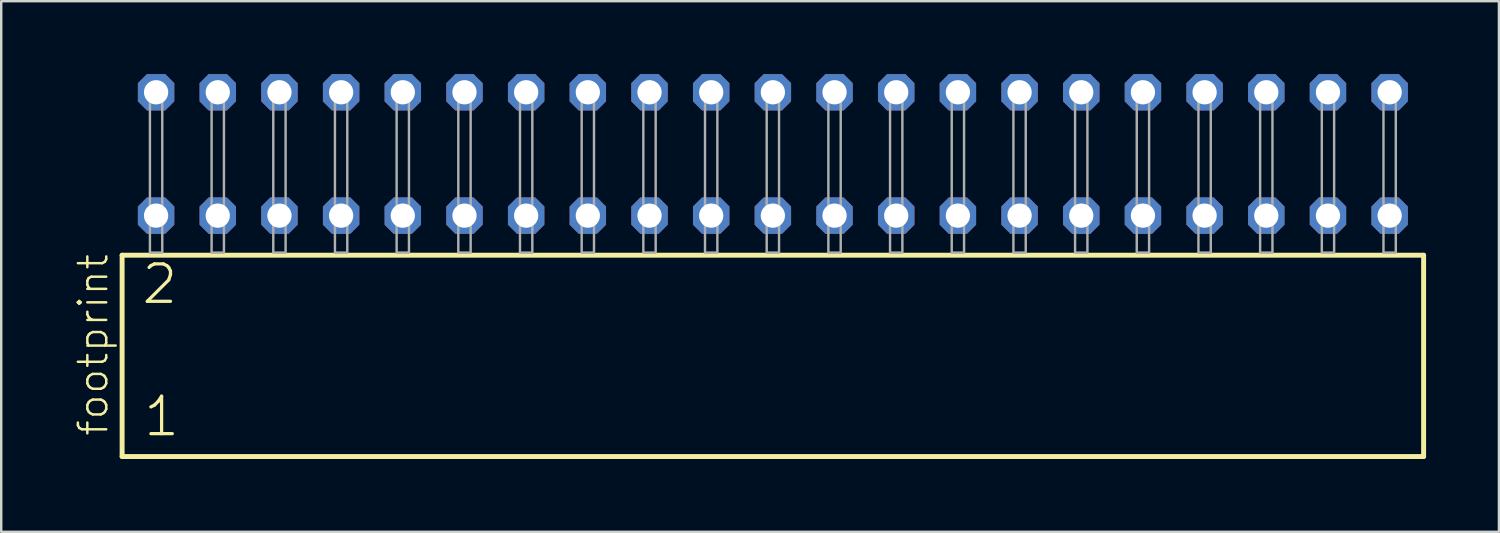
<source format=kicad_pcb>
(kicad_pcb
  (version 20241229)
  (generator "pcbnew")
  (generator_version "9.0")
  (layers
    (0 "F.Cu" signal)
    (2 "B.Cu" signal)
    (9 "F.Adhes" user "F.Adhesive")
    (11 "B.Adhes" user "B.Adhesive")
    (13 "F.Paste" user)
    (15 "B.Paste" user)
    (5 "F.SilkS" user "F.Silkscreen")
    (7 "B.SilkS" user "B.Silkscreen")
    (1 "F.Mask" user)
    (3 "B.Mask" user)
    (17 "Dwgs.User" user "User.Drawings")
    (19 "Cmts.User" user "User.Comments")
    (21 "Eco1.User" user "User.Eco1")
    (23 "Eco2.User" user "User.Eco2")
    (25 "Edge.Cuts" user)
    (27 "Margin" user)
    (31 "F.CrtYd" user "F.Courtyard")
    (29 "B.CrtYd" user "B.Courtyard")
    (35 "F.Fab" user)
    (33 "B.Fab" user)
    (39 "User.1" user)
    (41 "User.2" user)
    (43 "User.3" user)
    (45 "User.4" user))
  (footprint "footprint"
    (layer "F.Cu")
    (at 28.778 7.354)
    (property "Reference" "footprint" (at -27.305 7.62 90) (layer "F.SilkS") (effects (font (size 1.168 1.168) (thickness 0.102)) (justify left bottom)))
    (fp_line (start -26.799 0.106) (end -26.799 8.396) (stroke (width 0.203) (type solid)) (layer "F.SilkS"))
    (fp_line (start -26.799 8.396) (end 26.799 8.396) (stroke (width 0.203) (type solid)) (layer "F.SilkS"))
    (fp_line (start 26.799 0.106) (end -26.799 0.106) (stroke (width 0.203) (type solid)) (layer "F.SilkS"))
    (fp_line (start 26.799 8.396) (end 26.799 0.106) (stroke (width 0.203) (type solid)) (layer "F.SilkS"))
    (fp_poly (pts (xy -25.654 0) (xy -25.146 0) (xy -25.146 -6.858) (xy -25.654 -6.858)) (stroke (width 0.1) (type solid)) (fill no) (layer "F.Fab"))
    (fp_poly (pts (xy -23.114 0) (xy -22.606 0) (xy -22.606 -6.858) (xy -23.114 -6.858)) (stroke (width 0.1) (type solid)) (fill no) (layer "F.Fab"))
    (fp_poly (pts (xy -20.574 0) (xy -20.066 0) (xy -20.066 -6.858) (xy -20.574 -6.858)) (stroke (width 0.1) (type solid)) (fill no) (layer "F.Fab"))
    (fp_poly (pts (xy -18.034 0) (xy -17.526 0) (xy -17.526 -6.858) (xy -18.034 -6.858)) (stroke (width 0.1) (type solid)) (fill no) (layer "F.Fab"))
    (fp_poly (pts (xy -15.494 0) (xy -14.986 0) (xy -14.986 -6.858) (xy -15.494 -6.858)) (stroke (width 0.1) (type solid)) (fill no) (layer "F.Fab"))
    (fp_poly (pts (xy -12.954 0) (xy -12.446 0) (xy -12.446 -6.858) (xy -12.954 -6.858)) (stroke (width 0.1) (type solid)) (fill no) (layer "F.Fab"))
    (fp_poly (pts (xy -10.414 0) (xy -9.906 0) (xy -9.906 -6.858) (xy -10.414 -6.858)) (stroke (width 0.1) (type solid)) (fill no) (layer "F.Fab"))
    (fp_poly (pts (xy -7.874 0) (xy -7.366 0) (xy -7.366 -6.858) (xy -7.874 -6.858)) (stroke (width 0.1) (type solid)) (fill no) (layer "F.Fab"))
    (fp_poly (pts (xy -5.334 0) (xy -4.826 0) (xy -4.826 -6.858) (xy -5.334 -6.858)) (stroke (width 0.1) (type solid)) (fill no) (layer "F.Fab"))
    (fp_poly (pts (xy -2.794 0) (xy -2.286 0) (xy -2.286 -6.858) (xy -2.794 -6.858)) (stroke (width 0.1) (type solid)) (fill no) (layer "F.Fab"))
    (fp_poly (pts (xy -0.254 0) (xy 0.254 0) (xy 0.254 -6.858) (xy -0.254 -6.858)) (stroke (width 0.1) (type solid)) (fill no) (layer "F.Fab"))
    (fp_poly (pts (xy 2.286 0) (xy 2.794 0) (xy 2.794 -6.858) (xy 2.286 -6.858)) (stroke (width 0.1) (type solid)) (fill no) (layer "F.Fab"))
    (fp_poly (pts (xy 4.826 0) (xy 5.334 0) (xy 5.334 -6.858) (xy 4.826 -6.858)) (stroke (width 0.1) (type solid)) (fill no) (layer "F.Fab"))
    (fp_poly (pts (xy 7.366 0) (xy 7.874 0) (xy 7.874 -6.858) (xy 7.366 -6.858)) (stroke (width 0.1) (type solid)) (fill no) (layer "F.Fab"))
    (fp_poly (pts (xy 9.906 0) (xy 10.414 0) (xy 10.414 -6.858) (xy 9.906 -6.858)) (stroke (width 0.1) (type solid)) (fill no) (layer "F.Fab"))
    (fp_poly (pts (xy 12.446 0) (xy 12.954 0) (xy 12.954 -6.858) (xy 12.446 -6.858)) (stroke (width 0.1) (type solid)) (fill no) (layer "F.Fab"))
    (fp_poly (pts (xy 14.986 0) (xy 15.494 0) (xy 15.494 -6.858) (xy 14.986 -6.858)) (stroke (width 0.1) (type solid)) (fill no) (layer "F.Fab"))
    (fp_poly (pts (xy 17.526 0) (xy 18.034 0) (xy 18.034 -6.858) (xy 17.526 -6.858)) (stroke (width 0.1) (type solid)) (fill no) (layer "F.Fab"))
    (fp_poly (pts (xy 20.066 0) (xy 20.574 0) (xy 20.574 -6.858) (xy 20.066 -6.858)) (stroke (width 0.1) (type solid)) (fill no) (layer "F.Fab"))
    (fp_poly (pts (xy 22.606 0) (xy 23.114 0) (xy 23.114 -6.858) (xy 22.606 -6.858)) (stroke (width 0.1) (type solid)) (fill no) (layer "F.Fab"))
    (fp_poly (pts (xy 25.146 0) (xy 25.654 0) (xy 25.654 -6.858) (xy 25.146 -6.858)) (stroke (width 0.1) (type solid)) (fill no) (layer "F.Fab"))
    (fp_text user "1" (at -25.995 7.65 0) (layer "F.SilkS") (effects (font (size 1.542 1.542) (thickness 0.134)) (justify left bottom)))
    (fp_text user "2" (at -26.07 2.2 0) (layer "F.SilkS") (effects (font (size 1.542 1.542) (thickness 0.134)) (justify left bottom)))
    (pad "1" thru_hole roundrect (at -25.4 -1.524) (size 1.5 1.5) (drill 1) (layers "*.Cu" "*.Mask") (roundrect_rratio 0.25) (chamfer_ratio 0.25) (chamfer top_left top_right bottom_left bottom_right))
    (pad "2" thru_hole roundrect (at -25.4 -6.604) (size 1.5 1.5) (drill 1) (layers "*.Cu" "*.Mask") (roundrect_rratio 0.25) (chamfer_ratio 0.25) (chamfer top_left top_right bottom_left bottom_right))
    (pad "3" thru_hole roundrect (at -22.86 -1.524) (size 1.5 1.5) (drill 1) (layers "*.Cu" "*.Mask") (roundrect_rratio 0.25) (chamfer_ratio 0.25) (chamfer top_left top_right bottom_left bottom_right))
    (pad "4" thru_hole roundrect (at -22.86 -6.604) (size 1.5 1.5) (drill 1) (layers "*.Cu" "*.Mask") (roundrect_rratio 0.25) (chamfer_ratio 0.25) (chamfer top_left top_right bottom_left bottom_right))
    (pad "5" thru_hole roundrect (at -20.32 -1.524) (size 1.5 1.5) (drill 1) (layers "*.Cu" "*.Mask") (roundrect_rratio 0.25) (chamfer_ratio 0.25) (chamfer top_left top_right bottom_left bottom_right))
    (pad "6" thru_hole roundrect (at -20.32 -6.604) (size 1.5 1.5) (drill 1) (layers "*.Cu" "*.Mask") (roundrect_rratio 0.25) (chamfer_ratio 0.25) (chamfer top_left top_right bottom_left bottom_right))
    (pad "7" thru_hole roundrect (at -17.78 -1.524) (size 1.5 1.5) (drill 1) (layers "*.Cu" "*.Mask") (roundrect_rratio 0.25) (chamfer_ratio 0.25) (chamfer top_left top_right bottom_left bottom_right))
    (pad "8" thru_hole roundrect (at -17.78 -6.604) (size 1.5 1.5) (drill 1) (layers "*.Cu" "*.Mask") (roundrect_rratio 0.25) (chamfer_ratio 0.25) (chamfer top_left top_right bottom_left bottom_right))
    (pad "9" thru_hole roundrect (at -15.24 -1.524) (size 1.5 1.5) (drill 1) (layers "*.Cu" "*.Mask") (roundrect_rratio 0.25) (chamfer_ratio 0.25) (chamfer top_left top_right bottom_left bottom_right))
    (pad "10" thru_hole roundrect (at -15.24 -6.604) (size 1.5 1.5) (drill 1) (layers "*.Cu" "*.Mask") (roundrect_rratio 0.25) (chamfer_ratio 0.25) (chamfer top_left top_right bottom_left bottom_right))
    (pad "11" thru_hole roundrect (at -12.7 -1.524) (size 1.5 1.5) (drill 1) (layers "*.Cu" "*.Mask") (roundrect_rratio 0.25) (chamfer_ratio 0.25) (chamfer top_left top_right bottom_left bottom_right))
    (pad "12" thru_hole roundrect (at -12.7 -6.604) (size 1.5 1.5) (drill 1) (layers "*.Cu" "*.Mask") (roundrect_rratio 0.25) (chamfer_ratio 0.25) (chamfer top_left top_right bottom_left bottom_right))
    (pad "13" thru_hole roundrect (at -10.16 -1.524) (size 1.5 1.5) (drill 1) (layers "*.Cu" "*.Mask") (roundrect_rratio 0.25) (chamfer_ratio 0.25) (chamfer top_left top_right bottom_left bottom_right))
    (pad "14" thru_hole roundrect (at -10.16 -6.604) (size 1.5 1.5) (drill 1) (layers "*.Cu" "*.Mask") (roundrect_rratio 0.25) (chamfer_ratio 0.25) (chamfer top_left top_right bottom_left bottom_right))
    (pad "15" thru_hole roundrect (at -7.62 -1.524) (size 1.5 1.5) (drill 1) (layers "*.Cu" "*.Mask") (roundrect_rratio 0.25) (chamfer_ratio 0.25) (chamfer top_left top_right bottom_left bottom_right))
    (pad "16" thru_hole roundrect (at -7.62 -6.604) (size 1.5 1.5) (drill 1) (layers "*.Cu" "*.Mask") (roundrect_rratio 0.25) (chamfer_ratio 0.25) (chamfer top_left top_right bottom_left bottom_right))
    (pad "17" thru_hole roundrect (at -5.08 -1.524) (size 1.5 1.5) (drill 1) (layers "*.Cu" "*.Mask") (roundrect_rratio 0.25) (chamfer_ratio 0.25) (chamfer top_left top_right bottom_left bottom_right))
    (pad "18" thru_hole roundrect (at -5.08 -6.604) (size 1.5 1.5) (drill 1) (layers "*.Cu" "*.Mask") (roundrect_rratio 0.25) (chamfer_ratio 0.25) (chamfer top_left top_right bottom_left bottom_right))
    (pad "19" thru_hole roundrect (at -2.54 -1.524) (size 1.5 1.5) (drill 1) (layers "*.Cu" "*.Mask") (roundrect_rratio 0.25) (chamfer_ratio 0.25) (chamfer top_left top_right bottom_left bottom_right))
    (pad "20" thru_hole roundrect (at -2.54 -6.604) (size 1.5 1.5) (drill 1) (layers "*.Cu" "*.Mask") (roundrect_rratio 0.25) (chamfer_ratio 0.25) (chamfer top_left top_right bottom_left bottom_right))
    (pad "21" thru_hole roundrect (at 0 -1.524) (size 1.5 1.5) (drill 1) (layers "*.Cu" "*.Mask") (roundrect_rratio 0.25) (chamfer_ratio 0.25) (chamfer top_left top_right bottom_left bottom_right))
    (pad "22" thru_hole roundrect (at 0 -6.604) (size 1.5 1.5) (drill 1) (layers "*.Cu" "*.Mask") (roundrect_rratio 0.25) (chamfer_ratio 0.25) (chamfer top_left top_right bottom_left bottom_right))
    (pad "23" thru_hole roundrect (at 2.54 -1.524) (size 1.5 1.5) (drill 1) (layers "*.Cu" "*.Mask") (roundrect_rratio 0.25) (chamfer_ratio 0.25) (chamfer top_left top_right bottom_left bottom_right))
    (pad "24" thru_hole roundrect (at 2.54 -6.604) (size 1.5 1.5) (drill 1) (layers "*.Cu" "*.Mask") (roundrect_rratio 0.25) (chamfer_ratio 0.25) (chamfer top_left top_right bottom_left bottom_right))
    (pad "25" thru_hole roundrect (at 5.08 -1.524) (size 1.5 1.5) (drill 1) (layers "*.Cu" "*.Mask") (roundrect_rratio 0.25) (chamfer_ratio 0.25) (chamfer top_left top_right bottom_left bottom_right))
    (pad "26" thru_hole roundrect (at 5.08 -6.604) (size 1.5 1.5) (drill 1) (layers "*.Cu" "*.Mask") (roundrect_rratio 0.25) (chamfer_ratio 0.25) (chamfer top_left top_right bottom_left bottom_right))
    (pad "27" thru_hole roundrect (at 7.62 -1.524) (size 1.5 1.5) (drill 1) (layers "*.Cu" "*.Mask") (roundrect_rratio 0.25) (chamfer_ratio 0.25) (chamfer top_left top_right bottom_left bottom_right))
    (pad "28" thru_hole roundrect (at 7.62 -6.604) (size 1.5 1.5) (drill 1) (layers "*.Cu" "*.Mask") (roundrect_rratio 0.25) (chamfer_ratio 0.25) (chamfer top_left top_right bottom_left bottom_right))
    (pad "29" thru_hole roundrect (at 10.16 -1.524) (size 1.5 1.5) (drill 1) (layers "*.Cu" "*.Mask") (roundrect_rratio 0.25) (chamfer_ratio 0.25) (chamfer top_left top_right bottom_left bottom_right))
    (pad "30" thru_hole roundrect (at 10.16 -6.604) (size 1.5 1.5) (drill 1) (layers "*.Cu" "*.Mask") (roundrect_rratio 0.25) (chamfer_ratio 0.25) (chamfer top_left top_right bottom_left bottom_right))
    (pad "31" thru_hole roundrect (at 12.7 -1.524) (size 1.5 1.5) (drill 1) (layers "*.Cu" "*.Mask") (roundrect_rratio 0.25) (chamfer_ratio 0.25) (chamfer top_left top_right bottom_left bottom_right))
    (pad "32" thru_hole roundrect (at 12.7 -6.604) (size 1.5 1.5) (drill 1) (layers "*.Cu" "*.Mask") (roundrect_rratio 0.25) (chamfer_ratio 0.25) (chamfer top_left top_right bottom_left bottom_right))
    (pad "33" thru_hole roundrect (at 15.24 -1.524) (size 1.5 1.5) (drill 1) (layers "*.Cu" "*.Mask") (roundrect_rratio 0.25) (chamfer_ratio 0.25) (chamfer top_left top_right bottom_left bottom_right))
    (pad "34" thru_hole roundrect (at 15.24 -6.604) (size 1.5 1.5) (drill 1) (layers "*.Cu" "*.Mask") (roundrect_rratio 0.25) (chamfer_ratio 0.25) (chamfer top_left top_right bottom_left bottom_right))
    (pad "35" thru_hole roundrect (at 17.78 -1.524) (size 1.5 1.5) (drill 1) (layers "*.Cu" "*.Mask") (roundrect_rratio 0.25) (chamfer_ratio 0.25) (chamfer top_left top_right bottom_left bottom_right))
    (pad "36" thru_hole roundrect (at 17.78 -6.604) (size 1.5 1.5) (drill 1) (layers "*.Cu" "*.Mask") (roundrect_rratio 0.25) (chamfer_ratio 0.25) (chamfer top_left top_right bottom_left bottom_right))
    (pad "37" thru_hole roundrect (at 20.32 -1.524) (size 1.5 1.5) (drill 1) (layers "*.Cu" "*.Mask") (roundrect_rratio 0.25) (chamfer_ratio 0.25) (chamfer top_left top_right bottom_left bottom_right))
    (pad "38" thru_hole roundrect (at 20.32 -6.604) (size 1.5 1.5) (drill 1) (layers "*.Cu" "*.Mask") (roundrect_rratio 0.25) (chamfer_ratio 0.25) (chamfer top_left top_right bottom_left bottom_right))
    (pad "39" thru_hole roundrect (at 22.86 -1.524) (size 1.5 1.5) (drill 1) (layers "*.Cu" "*.Mask") (roundrect_rratio 0.25) (chamfer_ratio 0.25) (chamfer top_left top_right bottom_left bottom_right))
    (pad "40" thru_hole roundrect (at 22.86 -6.604) (size 1.5 1.5) (drill 1) (layers "*.Cu" "*.Mask") (roundrect_rratio 0.25) (chamfer_ratio 0.25) (chamfer top_left top_right bottom_left bottom_right))
    (pad "41" thru_hole roundrect (at 25.4 -1.524) (size 1.5 1.5) (drill 1) (layers "*.Cu" "*.Mask") (roundrect_rratio 0.25) (chamfer_ratio 0.25) (chamfer top_left top_right bottom_left bottom_right))
    (pad "42" thru_hole roundrect (at 25.4 -6.604) (size 1.5 1.5) (drill 1) (layers "*.Cu" "*.Mask") (roundrect_rratio 0.25) (chamfer_ratio 0.25) (chamfer top_left top_right bottom_left bottom_right)))
  (gr_rect
    (start -3 -3)
    (end 58.679 18.852)
    (stroke (width 0.1) (type default))
    (fill no)
    (layer "Edge.Cuts")))
</source>
